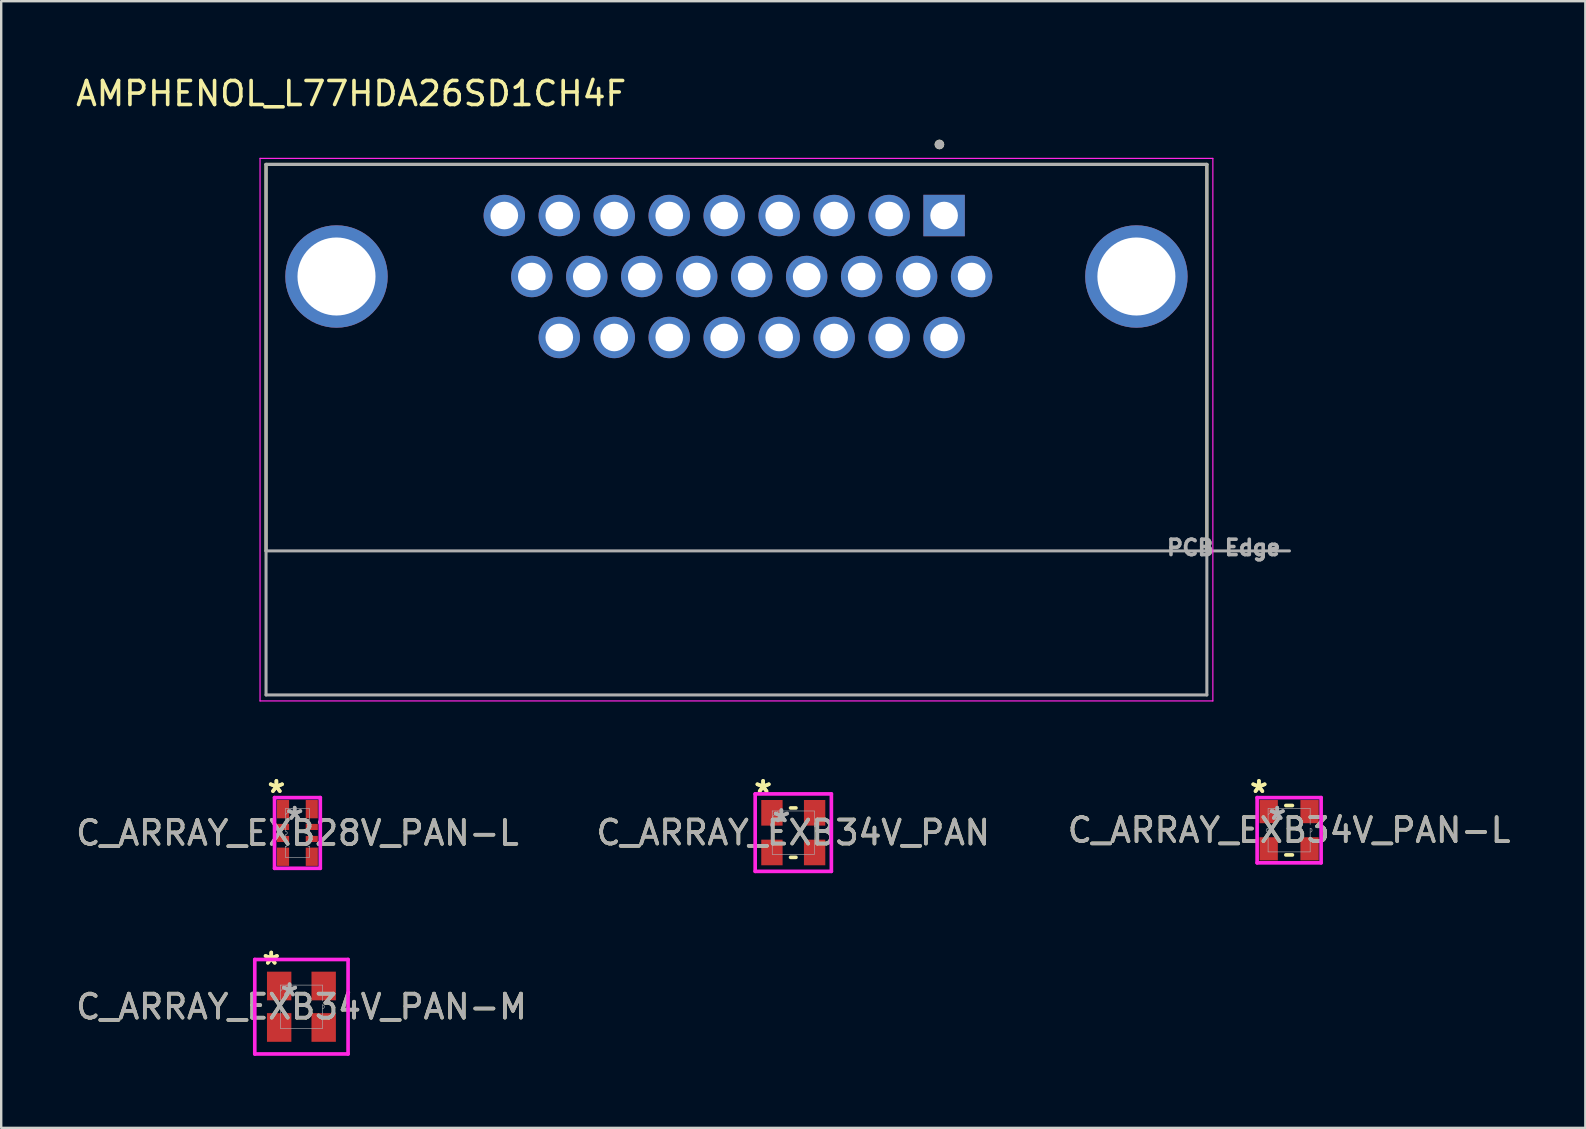
<source format=kicad_pcb>
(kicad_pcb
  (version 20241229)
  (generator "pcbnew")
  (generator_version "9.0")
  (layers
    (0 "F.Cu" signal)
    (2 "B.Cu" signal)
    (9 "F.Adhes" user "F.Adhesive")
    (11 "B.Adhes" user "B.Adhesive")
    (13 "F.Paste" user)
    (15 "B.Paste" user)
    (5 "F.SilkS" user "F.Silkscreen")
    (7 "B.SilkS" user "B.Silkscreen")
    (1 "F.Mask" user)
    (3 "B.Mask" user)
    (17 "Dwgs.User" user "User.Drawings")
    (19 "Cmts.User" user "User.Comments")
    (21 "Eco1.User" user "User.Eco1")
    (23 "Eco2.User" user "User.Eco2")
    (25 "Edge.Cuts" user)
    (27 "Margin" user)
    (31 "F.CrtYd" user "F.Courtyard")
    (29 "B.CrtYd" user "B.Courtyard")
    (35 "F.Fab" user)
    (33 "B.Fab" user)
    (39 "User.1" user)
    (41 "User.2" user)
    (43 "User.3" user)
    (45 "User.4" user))
  (footprint "C_ARRAY_EXB28V_PAN-L"
    (layer "F.Cu")
    (at 9.339 31.647)
    (property "Reference" "C_ARRAY_EXB28V_PAN-L" (at 0 0 0) (unlocked yes) (layer "F.SilkS") (effects (font (size 1 1) (thickness 0.15))))
    (attr smd)
    (fp_line (start -0.953 -1.473) (end 0.953 -1.473) (stroke (width 0.152) (type solid)) (layer "F.CrtYd"))
    (fp_line (start -0.953 1.473) (end -0.953 -1.473) (stroke (width 0.152) (type solid)) (layer "F.CrtYd"))
    (fp_line (start 0.953 -1.473) (end 0.953 1.473) (stroke (width 0.152) (type solid)) (layer "F.CrtYd"))
    (fp_line (start 0.953 1.473) (end -0.953 1.473) (stroke (width 0.152) (type solid)) (layer "F.CrtYd"))
    (fp_line (start -0.495 -1.016) (end 0.495 -1.016) (stroke (width 0.025) (type solid)) (layer "F.Fab"))
    (fp_line (start -0.495 -0.559) (end -0.495 -1.016) (stroke (width 0.025) (type solid)) (layer "F.Fab"))
    (fp_line (start -0.495 -0.428) (end -0.495 -0.072) (stroke (width 0.025) (type solid)) (layer "F.Fab"))
    (fp_line (start -0.495 0.072) (end -0.495 0.428) (stroke (width 0.025) (type solid)) (layer "F.Fab"))
    (fp_line (start -0.495 0.559) (end -0.495 1.016) (stroke (width 0.025) (type solid)) (layer "F.Fab"))
    (fp_line (start -0.495 0.572) (end -0.495 0.559) (stroke (width 0.025) (type solid)) (layer "F.Fab"))
    (fp_line (start -0.495 1.016) (end 0.495 1.016) (stroke (width 0.025) (type solid)) (layer "F.Fab"))
    (fp_line (start -0.241 -1.016) (end -0.495 -0.762) (stroke (width 0.025) (type solid)) (layer "F.Fab"))
    (fp_line (start 0.495 -0.559) (end 0.495 -1.016) (stroke (width 0.025) (type solid)) (layer "F.Fab"))
    (fp_line (start 0.495 -0.428) (end 0.495 -0.072) (stroke (width 0.025) (type solid)) (layer "F.Fab"))
    (fp_line (start 0.495 0.072) (end 0.495 0.428) (stroke (width 0.025) (type solid)) (layer "F.Fab"))
    (fp_line (start 0.495 0.559) (end 0.495 1.016) (stroke (width 0.025) (type solid)) (layer "F.Fab"))
    (fp_line (start 0.495 0.572) (end 0.495 0.559) (stroke (width 0.025) (type solid)) (layer "F.Fab"))
    (fp_arc (start -0.4953 -0.572389) (mid -0.423037 -0.500126) (end -0.4953 -0.427863) (stroke (width 0.0254) (type solid)) (layer "F.Fab"))
    (fp_arc (start -0.4953 -0.072263) (mid -0.423037 0) (end -0.4953 0.072263) (stroke (width 0.0254) (type solid)) (layer "F.Fab"))
    (fp_arc (start -0.4953 0.427863) (mid -0.423037 0.500126) (end -0.4953 0.572389) (stroke (width 0.0254) (type solid)) (layer "F.Fab"))
    (fp_arc (start 0.4953 -0.427863) (mid 0.423037 -0.500126) (end 0.4953 -0.572389) (stroke (width 0.0254) (type solid)) (layer "F.Fab"))
    (fp_arc (start 0.4953 0.072263) (mid 0.423037 0) (end 0.4953 -0.072263) (stroke (width 0.0254) (type solid)) (layer "F.Fab"))
    (fp_arc (start 0.4953 0.572389) (mid 0.423037 0.500126) (end 0.4953 0.427863) (stroke (width 0.0254) (type solid)) (layer "F.Fab"))
    (fp_text user "*" (at -0.876 -1.626 0) (layer "F.SilkS") (effects (font (size 1 1) (thickness 0.15))))
    (fp_text user "*" (at -0.876 -1.626 0) (unlocked yes) (layer "F.SilkS") (effects (font (size 1 1) (thickness 0.15))))
    (fp_text user "*" (at -0.114 -0.508 0) (layer "F.Fab") (effects (font (size 1 1) (thickness 0.15))))
    (fp_text user "${REFERENCE}" (at 0 0 0) (unlocked yes) (layer "F.Fab") (effects (font (size 1 1) (thickness 0.15))))
    (fp_text user "*" (at -0.114 -0.508 0) (unlocked yes) (layer "F.Fab") (effects (font (size 1 1) (thickness 0.15))))
    (pad "1" smd rect (at -0.599 -0.991) (size 0.504 0.762) (layers "F.Cu" "F.Mask" "F.Paste"))
    (pad "2" smd rect (at -0.599 -0.25) (size 0.504 0.254) (layers "F.Cu" "F.Mask" "F.Paste"))
    (pad "3" smd rect (at -0.599 0.25) (size 0.504 0.254) (layers "F.Cu" "F.Mask" "F.Paste"))
    (pad "4" smd rect (at -0.599 0.991) (size 0.504 0.762) (layers "F.Cu" "F.Mask" "F.Paste"))
    (pad "5" smd rect (at 0.599 0.991) (size 0.504 0.762) (layers "F.Cu" "F.Mask" "F.Paste"))
    (pad "6" smd rect (at 0.599 0.25) (size 0.504 0.254) (layers "F.Cu" "F.Mask" "F.Paste"))
    (pad "7" smd rect (at 0.599 -0.25) (size 0.504 0.254) (layers "F.Cu" "F.Mask" "F.Paste"))
    (pad "8" smd rect (at 0.599 -0.991) (size 0.504 0.762) (layers "F.Cu" "F.Mask" "F.Paste")))
  (footprint "C_ARRAY_EXB34V_PAN"
    (layer "F.Cu")
    (at 29.994 31.634)
    (property "Reference" "C_ARRAY_EXB34V_PAN" (at 0 0 0) (unlocked yes) (layer "F.SilkS") (effects (font (size 1 1) (thickness 0.15))))
    (attr smd)
    (fp_line (start -0.112 -1.029) (end 0.112 -1.029) (stroke (width 0.152) (type solid)) (layer "F.SilkS"))
    (fp_line (start -0.112 1.029) (end 0.112 1.029) (stroke (width 0.152) (type solid)) (layer "F.SilkS"))
    (fp_line (start -1.587 -1.613) (end 1.587 -1.613) (stroke (width 0.152) (type solid)) (layer "F.CrtYd"))
    (fp_line (start -1.587 1.613) (end -1.587 -1.613) (stroke (width 0.152) (type solid)) (layer "F.CrtYd"))
    (fp_line (start 1.587 -1.613) (end 1.587 1.613) (stroke (width 0.152) (type solid)) (layer "F.CrtYd"))
    (fp_line (start 1.587 1.613) (end -1.587 1.613) (stroke (width 0.152) (type solid)) (layer "F.CrtYd"))
    (fp_line (start -0.876 -0.902) (end 0.876 -0.902) (stroke (width 0.025) (type solid)) (layer "F.Fab"))
    (fp_line (start -0.876 -0.402) (end -0.876 0.241) (stroke (width 0.025) (type solid)) (layer "F.Fab"))
    (fp_line (start -0.876 -0.241) (end -0.876 -0.902) (stroke (width 0.025) (type solid)) (layer "F.Fab"))
    (fp_line (start -0.876 0.241) (end -0.876 0.902) (stroke (width 0.025) (type solid)) (layer "F.Fab"))
    (fp_line (start -0.876 0.902) (end 0.876 0.902) (stroke (width 0.025) (type solid)) (layer "F.Fab"))
    (fp_line (start -0.622 -0.902) (end -0.876 -0.648) (stroke (width 0.025) (type solid)) (layer "F.Fab"))
    (fp_line (start 0.876 -0.402) (end 0.876 0.241) (stroke (width 0.025) (type solid)) (layer "F.Fab"))
    (fp_line (start 0.876 -0.241) (end 0.876 -0.902) (stroke (width 0.025) (type solid)) (layer "F.Fab"))
    (fp_line (start 0.876 0.241) (end 0.876 0.902) (stroke (width 0.025) (type solid)) (layer "F.Fab"))
    (fp_arc (start -0.8763 -0.2413) (mid -0.956437 -0.321437) (end -0.8763 -0.401574) (stroke (width 0.0254) (type solid)) (layer "F.Fab"))
    (fp_arc (start 0.8763 -0.401574) (mid 0.956437 -0.321437) (end 0.8763 -0.2413) (stroke (width 0.0254) (type solid)) (layer "F.Fab"))
    (fp_text user "*" (at -1.257 -1.613 0) (unlocked yes) (layer "F.SilkS") (effects (font (size 1 1) (thickness 0.15))))
    (fp_text user "*" (at -1.257 -1.613 0) (layer "F.SilkS") (effects (font (size 1 1) (thickness 0.15))))
    (fp_text user "*" (at -0.495 -0.394 0) (unlocked yes) (layer "F.Fab") (effects (font (size 1 1) (thickness 0.15))))
    (fp_text user "*" (at -0.495 -0.394 0) (layer "F.Fab") (effects (font (size 1 1) (thickness 0.15))))
    (fp_text user "${REFERENCE}" (at 0 0 0) (unlocked yes) (layer "F.Fab") (effects (font (size 1 1) (thickness 0.15))))
    (pad "1" smd rect (at -0.889 -0.826) (size 0.889 1.067) (layers "F.Cu" "F.Mask" "F.Paste"))
    (pad "2" smd rect (at -0.889 0.826) (size 0.889 1.067) (layers "F.Cu" "F.Mask" "F.Paste"))
    (pad "3" smd rect (at 0.889 0.826) (size 0.889 1.067) (layers "F.Cu" "F.Mask" "F.Paste"))
    (pad "4" smd rect (at 0.889 -0.826) (size 0.889 1.067) (layers "F.Cu" "F.Mask" "F.Paste")))
  (footprint "AMPHENOL_L77HDA26SD1CH4F"
    (layer "F.Cu")
    (at 27.627 8.468)
    (property "Reference" "AMPHENOL_L77HDA26SD1CH4F" (at -16.05 -7.62 0) (layer "F.SilkS") (effects (font (size 1 1) (thickness 0.15))))
    (attr through_hole)
    (fp_line (start -19.595 -4.67) (end -19.595 11.43) (stroke (width 0.127) (type solid)) (layer "F.SilkS"))
    (fp_line (start 19.595 -4.67) (end -19.595 -4.67) (stroke (width 0.127) (type solid)) (layer "F.SilkS"))
    (fp_line (start 19.595 11.43) (end 19.595 -4.67) (stroke (width 0.127) (type solid)) (layer "F.SilkS"))
    (fp_circle (center 8.455 -5.5) (end 8.555 -5.5) (stroke (width 0.2) (type solid)) (fill no) (layer "F.SilkS"))
    (fp_line (start -19.845 -4.92) (end -19.845 17.68) (stroke (width 0.05) (type solid)) (layer "F.CrtYd"))
    (fp_line (start -19.845 17.68) (end 19.845 17.68) (stroke (width 0.05) (type solid)) (layer "F.CrtYd"))
    (fp_line (start 19.845 -4.92) (end -19.845 -4.92) (stroke (width 0.05) (type solid)) (layer "F.CrtYd"))
    (fp_line (start 19.845 17.68) (end 19.845 -4.92) (stroke (width 0.05) (type solid)) (layer "F.CrtYd"))
    (fp_line (start -19.595 -4.67) (end -19.595 11.43) (stroke (width 0.127) (type solid)) (layer "F.Fab"))
    (fp_line (start -19.595 11.43) (end -19.595 17.43) (stroke (width 0.127) (type solid)) (layer "F.Fab"))
    (fp_line (start -19.595 17.43) (end 19.595 17.43) (stroke (width 0.127) (type solid)) (layer "F.Fab"))
    (fp_line (start 19.595 -4.67) (end -19.595 -4.67) (stroke (width 0.127) (type solid)) (layer "F.Fab"))
    (fp_line (start 19.595 11.43) (end -19.595 11.43) (stroke (width 0.127) (type solid)) (layer "F.Fab"))
    (fp_line (start 19.595 11.43) (end 19.595 -4.67) (stroke (width 0.127) (type solid)) (layer "F.Fab"))
    (fp_line (start 19.595 11.43) (end 23.035 11.43) (stroke (width 0.127) (type solid)) (layer "F.Fab"))
    (fp_line (start 19.595 17.43) (end 19.595 11.43) (stroke (width 0.127) (type solid)) (layer "F.Fab"))
    (fp_circle (center 8.455 -5.5) (end 8.555 -5.5) (stroke (width 0.2) (type solid)) (fill no) (layer "F.Fab"))
    (fp_text user "PCB Edge" (at 20.295 11.295 0) (layer "F.Fab") (effects (font (size 0.64 0.64) (thickness 0.15))))
    (pad "1" thru_hole rect (at 8.65 -2.54) (size 1.725 1.725) (drill 1.15) (layers "*.Cu" "*.Mask"))
    (pad "2" thru_hole circle (at 6.36 -2.54) (size 1.725 1.725) (drill 1.15) (layers "*.Cu" "*.Mask"))
    (pad "3" thru_hole circle (at 4.07 -2.54) (size 1.725 1.725) (drill 1.15) (layers "*.Cu" "*.Mask"))
    (pad "4" thru_hole circle (at 1.78 -2.54) (size 1.725 1.725) (drill 1.15) (layers "*.Cu" "*.Mask"))
    (pad "5" thru_hole circle (at -0.51 -2.54) (size 1.725 1.725) (drill 1.15) (layers "*.Cu" "*.Mask"))
    (pad "6" thru_hole circle (at -2.8 -2.54) (size 1.725 1.725) (drill 1.15) (layers "*.Cu" "*.Mask"))
    (pad "7" thru_hole circle (at -5.09 -2.54) (size 1.725 1.725) (drill 1.15) (layers "*.Cu" "*.Mask"))
    (pad "8" thru_hole circle (at -7.38 -2.54) (size 1.725 1.725) (drill 1.15) (layers "*.Cu" "*.Mask"))
    (pad "9" thru_hole circle (at -9.67 -2.54) (size 1.725 1.725) (drill 1.15) (layers "*.Cu" "*.Mask"))
    (pad "10" thru_hole circle (at 9.795 0) (size 1.725 1.725) (drill 1.15) (layers "*.Cu" "*.Mask"))
    (pad "11" thru_hole circle (at 7.505 0) (size 1.725 1.725) (drill 1.15) (layers "*.Cu" "*.Mask"))
    (pad "12" thru_hole circle (at 5.215 0) (size 1.725 1.725) (drill 1.15) (layers "*.Cu" "*.Mask"))
    (pad "13" thru_hole circle (at 2.925 0) (size 1.725 1.725) (drill 1.15) (layers "*.Cu" "*.Mask"))
    (pad "14" thru_hole circle (at 0.635 0) (size 1.725 1.725) (drill 1.15) (layers "*.Cu" "*.Mask"))
    (pad "15" thru_hole circle (at -1.655 0) (size 1.725 1.725) (drill 1.15) (layers "*.Cu" "*.Mask"))
    (pad "16" thru_hole circle (at -3.945 0) (size 1.725 1.725) (drill 1.15) (layers "*.Cu" "*.Mask"))
    (pad "17" thru_hole circle (at -6.235 0) (size 1.725 1.725) (drill 1.15) (layers "*.Cu" "*.Mask"))
    (pad "18" thru_hole circle (at -8.525 0) (size 1.725 1.725) (drill 1.15) (layers "*.Cu" "*.Mask"))
    (pad "19" thru_hole circle (at 8.65 2.54) (size 1.725 1.725) (drill 1.15) (layers "*.Cu" "*.Mask"))
    (pad "20" thru_hole circle (at 6.36 2.54) (size 1.725 1.725) (drill 1.15) (layers "*.Cu" "*.Mask"))
    (pad "21" thru_hole circle (at 4.07 2.54) (size 1.725 1.725) (drill 1.15) (layers "*.Cu" "*.Mask"))
    (pad "22" thru_hole circle (at 1.78 2.54) (size 1.725 1.725) (drill 1.15) (layers "*.Cu" "*.Mask"))
    (pad "23" thru_hole circle (at -0.51 2.54) (size 1.725 1.725) (drill 1.15) (layers "*.Cu" "*.Mask"))
    (pad "24" thru_hole circle (at -2.8 2.54) (size 1.725 1.725) (drill 1.15) (layers "*.Cu" "*.Mask"))
    (pad "25" thru_hole circle (at -5.09 2.54) (size 1.725 1.725) (drill 1.15) (layers "*.Cu" "*.Mask"))
    (pad "26" thru_hole circle (at -7.38 2.54) (size 1.725 1.725) (drill 1.15) (layers "*.Cu" "*.Mask"))
    (pad "SH1" thru_hole circle (at -16.66 0) (size 4.266 4.266) (drill 3.25) (layers "*.Cu" "*.Mask"))
    (pad "SH2" thru_hole circle (at 16.66 0) (size 4.266 4.266) (drill 3.25) (layers "*.Cu" "*.Mask")))
  (footprint "C_ARRAY_EXB34V_PAN-L"
    (layer "F.Cu")
    (at 50.649 31.533)
    (property "Reference" "C_ARRAY_EXB34V_PAN-L" (at 0 0 0) (unlocked yes) (layer "F.SilkS") (effects (font (size 1 1) (thickness 0.15))))
    (attr smd)
    (fp_line (start -0.137 -1.029) (end 0.137 -1.029) (stroke (width 0.152) (type solid)) (layer "F.SilkS"))
    (fp_line (start -0.137 1.029) (end 0.137 1.029) (stroke (width 0.152) (type solid)) (layer "F.SilkS"))
    (fp_line (start -1.333 -1.359) (end 1.333 -1.359) (stroke (width 0.152) (type solid)) (layer "F.CrtYd"))
    (fp_line (start -1.333 1.359) (end -1.333 -1.359) (stroke (width 0.152) (type solid)) (layer "F.CrtYd"))
    (fp_line (start 1.333 -1.359) (end 1.333 1.359) (stroke (width 0.152) (type solid)) (layer "F.CrtYd"))
    (fp_line (start 1.333 1.359) (end -1.333 1.359) (stroke (width 0.152) (type solid)) (layer "F.CrtYd"))
    (fp_line (start -0.876 -0.902) (end 0.876 -0.902) (stroke (width 0.025) (type solid)) (layer "F.Fab"))
    (fp_line (start -0.876 -0.241) (end -0.876 -0.902) (stroke (width 0.025) (type solid)) (layer "F.Fab"))
    (fp_line (start -0.876 -0.08) (end -0.876 0.241) (stroke (width 0.025) (type solid)) (layer "F.Fab"))
    (fp_line (start -0.876 0.241) (end -0.876 0.902) (stroke (width 0.025) (type solid)) (layer "F.Fab"))
    (fp_line (start -0.876 0.902) (end 0.876 0.902) (stroke (width 0.025) (type solid)) (layer "F.Fab"))
    (fp_line (start -0.622 -0.902) (end -0.876 -0.648) (stroke (width 0.025) (type solid)) (layer "F.Fab"))
    (fp_line (start 0.876 -0.241) (end 0.876 -0.902) (stroke (width 0.025) (type solid)) (layer "F.Fab"))
    (fp_line (start 0.876 -0.08) (end 0.876 0.241) (stroke (width 0.025) (type solid)) (layer "F.Fab"))
    (fp_line (start 0.876 0.241) (end 0.876 0.902) (stroke (width 0.025) (type solid)) (layer "F.Fab"))
    (fp_arc (start -0.8763 0.080137) (mid -0.956437 0) (end -0.8763 -0.080137) (stroke (width 0.0254) (type solid)) (layer "F.Fab"))
    (fp_arc (start 0.8763 -0.080137) (mid 0.956437 0) (end 0.8763 0.080137) (stroke (width 0.0254) (type solid)) (layer "F.Fab"))
    (fp_text user "*" (at -1.257 -1.511 0) (unlocked yes) (layer "F.SilkS") (effects (font (size 1 1) (thickness 0.15))))
    (fp_text user "*" (at -1.257 -1.511 0) (layer "F.SilkS") (effects (font (size 1 1) (thickness 0.15))))
    (fp_text user "${REFERENCE}" (at 0 0 0) (unlocked yes) (layer "F.Fab") (effects (font (size 1 1) (thickness 0.15))))
    (fp_text user "*" (at -0.495 -0.394 0) (layer "F.Fab") (effects (font (size 1 1) (thickness 0.15))))
    (fp_text user "*" (at -0.495 -0.394 0) (unlocked yes) (layer "F.Fab") (effects (font (size 1 1) (thickness 0.15))))
    (pad "1" smd rect (at -0.851 -0.775) (size 0.762 0.965) (layers "F.Cu" "F.Mask" "F.Paste"))
    (pad "2" smd rect (at -0.851 0.775) (size 0.762 0.965) (layers "F.Cu" "F.Mask" "F.Paste"))
    (pad "3" smd rect (at 0.851 0.775) (size 0.762 0.965) (layers "F.Cu" "F.Mask" "F.Paste"))
    (pad "4" smd rect (at 0.851 -0.775) (size 0.762 0.965) (layers "F.Cu" "F.Mask" "F.Paste")))
  (footprint "C_ARRAY_EXB34V_PAN-M"
    (layer "F.Cu")
    (at 9.506 38.886)
    (property "Reference" "C_ARRAY_EXB34V_PAN-M" (at 0 0 0) (unlocked yes) (layer "F.SilkS") (effects (font (size 1 1) (thickness 0.15))))
    (attr smd)
    (fp_line (start -1.943 -1.968) (end 1.943 -1.968) (stroke (width 0.152) (type solid)) (layer "F.CrtYd"))
    (fp_line (start -1.943 1.968) (end -1.943 -1.968) (stroke (width 0.152) (type solid)) (layer "F.CrtYd"))
    (fp_line (start 1.943 -1.968) (end 1.943 1.968) (stroke (width 0.152) (type solid)) (layer "F.CrtYd"))
    (fp_line (start 1.943 1.968) (end -1.943 1.968) (stroke (width 0.152) (type solid)) (layer "F.CrtYd"))
    (fp_line (start -0.876 -0.902) (end 0.876 -0.902) (stroke (width 0.025) (type solid)) (layer "F.Fab"))
    (fp_line (start -0.876 -0.241) (end -0.876 -0.902) (stroke (width 0.025) (type solid)) (layer "F.Fab"))
    (fp_line (start -0.876 -0.08) (end -0.876 0.241) (stroke (width 0.025) (type solid)) (layer "F.Fab"))
    (fp_line (start -0.876 0.241) (end -0.876 0.902) (stroke (width 0.025) (type solid)) (layer "F.Fab"))
    (fp_line (start -0.876 0.902) (end 0.876 0.902) (stroke (width 0.025) (type solid)) (layer "F.Fab"))
    (fp_line (start -0.622 -0.902) (end -0.876 -0.648) (stroke (width 0.025) (type solid)) (layer "F.Fab"))
    (fp_line (start 0.876 -0.241) (end 0.876 -0.902) (stroke (width 0.025) (type solid)) (layer "F.Fab"))
    (fp_line (start 0.876 -0.08) (end 0.876 0.241) (stroke (width 0.025) (type solid)) (layer "F.Fab"))
    (fp_line (start 0.876 0.241) (end 0.876 0.902) (stroke (width 0.025) (type solid)) (layer "F.Fab"))
    (fp_arc (start -0.8763 0.080137) (mid -0.956437 0) (end -0.8763 -0.080137) (stroke (width 0.0254) (type solid)) (layer "F.Fab"))
    (fp_arc (start 0.8763 -0.080137) (mid 0.956437 0) (end 0.8763 0.080137) (stroke (width 0.0254) (type solid)) (layer "F.Fab"))
    (fp_text user "*" (at -1.257 -1.714 0) (unlocked yes) (layer "F.SilkS") (effects (font (size 1 1) (thickness 0.15))))
    (fp_text user "*" (at -1.257 -1.714 0) (layer "F.SilkS") (effects (font (size 1 1) (thickness 0.15))))
    (fp_text user "${REFERENCE}" (at 0 0 0) (unlocked yes) (layer "F.Fab") (effects (font (size 1 1) (thickness 0.15))))
    (fp_text user "*" (at -0.495 -0.394 0) (unlocked yes) (layer "F.Fab") (effects (font (size 1 1) (thickness 0.15))))
    (fp_text user "*" (at -0.495 -0.394 0) (layer "F.Fab") (effects (font (size 1 1) (thickness 0.15))))
    (pad "1" smd rect (at -0.927 -0.864) (size 1.016 1.194) (layers "F.Cu" "F.Mask" "F.Paste"))
    (pad "2" smd rect (at -0.927 0.864) (size 1.016 1.194) (layers "F.Cu" "F.Mask" "F.Paste"))
    (pad "3" smd rect (at 0.927 0.864) (size 1.016 1.194) (layers "F.Cu" "F.Mask" "F.Paste"))
    (pad "4" smd rect (at 0.927 -0.864) (size 1.016 1.194) (layers "F.Cu" "F.Mask" "F.Paste")))
  (gr_rect
    (start -3 -3)
    (end 62.988 43.931)
    (stroke (width 0.1) (type default))
    (fill no)
    (layer "Edge.Cuts")))
</source>
